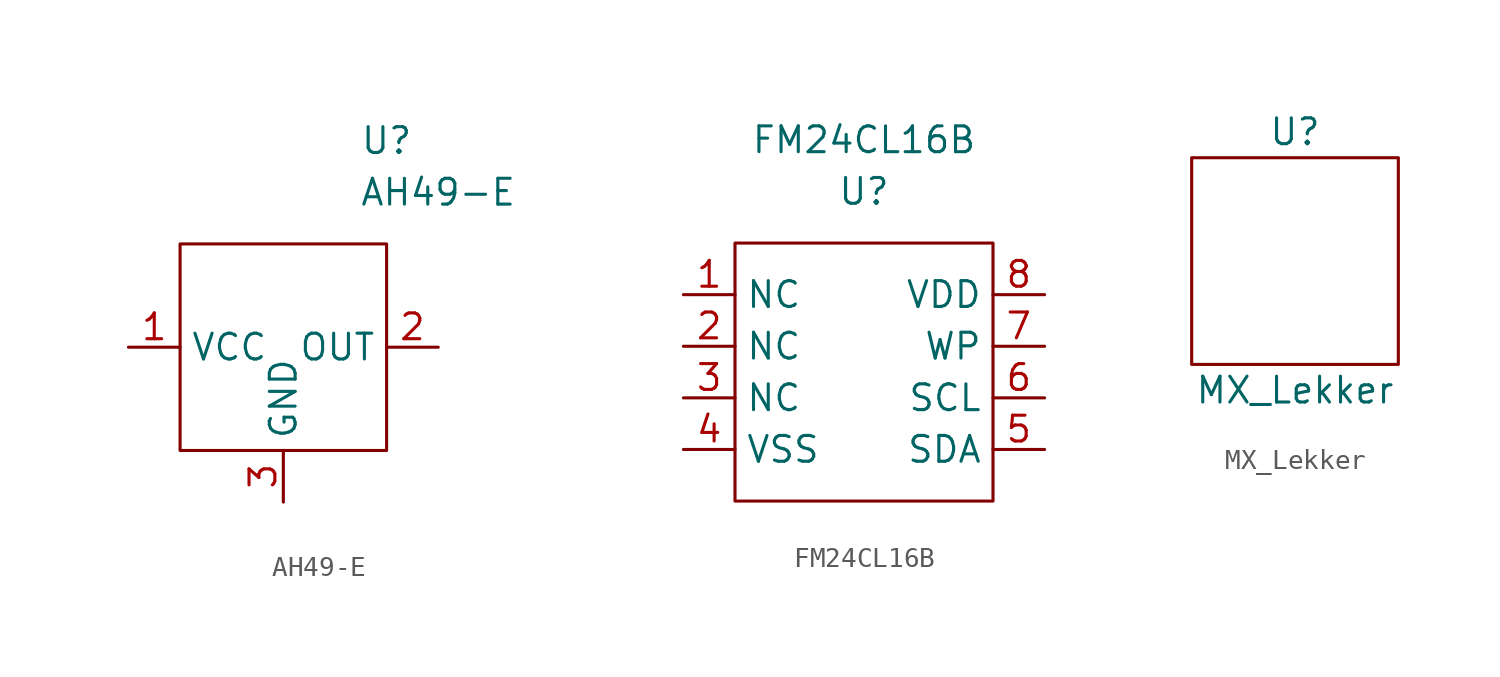
<source format=kicad_sym>
(kicad_symbol_lib
  (version 20211014)
  (generator kicad_symbol_editor)
  (symbol "AH49-E"
    (property "Reference" "U"
      (at 5.08 10.16 0)
      (effects (font (size 1.27 1.27))))
    (property "Value" "AH49-E"
      (at 7.62 7.62 0)
      (effects (font (size 1.27 1.27))))
    (symbol "AH49-E_0_1"
      (rectangle (start -5.08 5.08) (end 5.08 -5.08) (stroke (width 0) (type default) (color 0 0 0 0)) (fill (type none))))
    (symbol "AH49-E_1_1"
      (pin power_in line (at -7.62 0 0) (length 2.54) (name "VCC" (effects (font (size 1.27 1.27)))) (number "1" (effects (font (size 1.27 1.27)))))
      (pin output line (at 7.62 0 180) (length 2.54) (name "OUT" (effects (font (size 1.27 1.27)))) (number "2" (effects (font (size 1.27 1.27)))))
      (pin power_in line (at 0 -7.62 90) (length 2.54) (name "GND" (effects (font (size 1.27 1.27)))) (number "3" (effects (font (size 1.27 1.27)))))))
  (symbol "FM24CL16B"
    (property "Reference" "U"
      (at 0 5.08 0)
      (effects (font (size 1.27 1.27))))
    (property "Value" "FM24CL16B"
      (at 0 7.62 0)
      (effects (font (size 1.27 1.27))))
    (symbol "FM24CL16B_0_1"
      (rectangle (start -6.35 2.54) (end 6.35 -10.16) (stroke (width 0) (type default) (color 0 0 0 0)) (fill (type none))))
    (symbol "FM24CL16B_1_1"
      (pin input line (at -8.89 0 0) (length 2.54) (name "NC" (effects (font (size 1.27 1.27)))) (number "1" (effects (font (size 1.27 1.27)))))
      (pin input line (at -8.89 -2.54 0) (length 2.54) (name "NC" (effects (font (size 1.27 1.27)))) (number "2" (effects (font (size 1.27 1.27)))))
      (pin input line (at -8.89 -5.08 0) (length 2.54) (name "NC" (effects (font (size 1.27 1.27)))) (number "3" (effects (font (size 1.27 1.27)))))
      (pin power_in line (at -8.89 -7.62 0) (length 2.54) (name "VSS" (effects (font (size 1.27 1.27)))) (number "4" (effects (font (size 1.27 1.27)))))
      (pin bidirectional line (at 8.89 -7.62 180) (length 2.54) (name "SDA" (effects (font (size 1.27 1.27)))) (number "5" (effects (font (size 1.27 1.27)))))
      (pin input line (at 8.89 -5.08 180) (length 2.54) (name "SCL" (effects (font (size 1.27 1.27)))) (number "6" (effects (font (size 1.27 1.27)))))
      (pin input line (at 8.89 -2.54 180) (length 2.54) (name "WP" (effects (font (size 1.27 1.27)))) (number "7" (effects (font (size 1.27 1.27)))))
      (pin power_in line (at 8.89 0 180) (length 2.54) (name "VDD" (effects (font (size 1.27 1.27)))) (number "8" (effects (font (size 1.27 1.27)))))))
  (symbol "MX_Lekker"
    (property "Reference" "U"
      (at 0 6.35 0)
      (effects (font (size 1.27 1.27))))
    (property "Value" "MX_Lekker"
      (at 0 -6.35 0)
      (effects (font (size 1.27 1.27))))
    (symbol "MX_Lekker_0_1"
      (rectangle (start -5.08 5.08) (end 5.08 -5.08) (stroke (width 0) (type default) (color 0 0 0 0)) (fill (type none))))))
</source>
